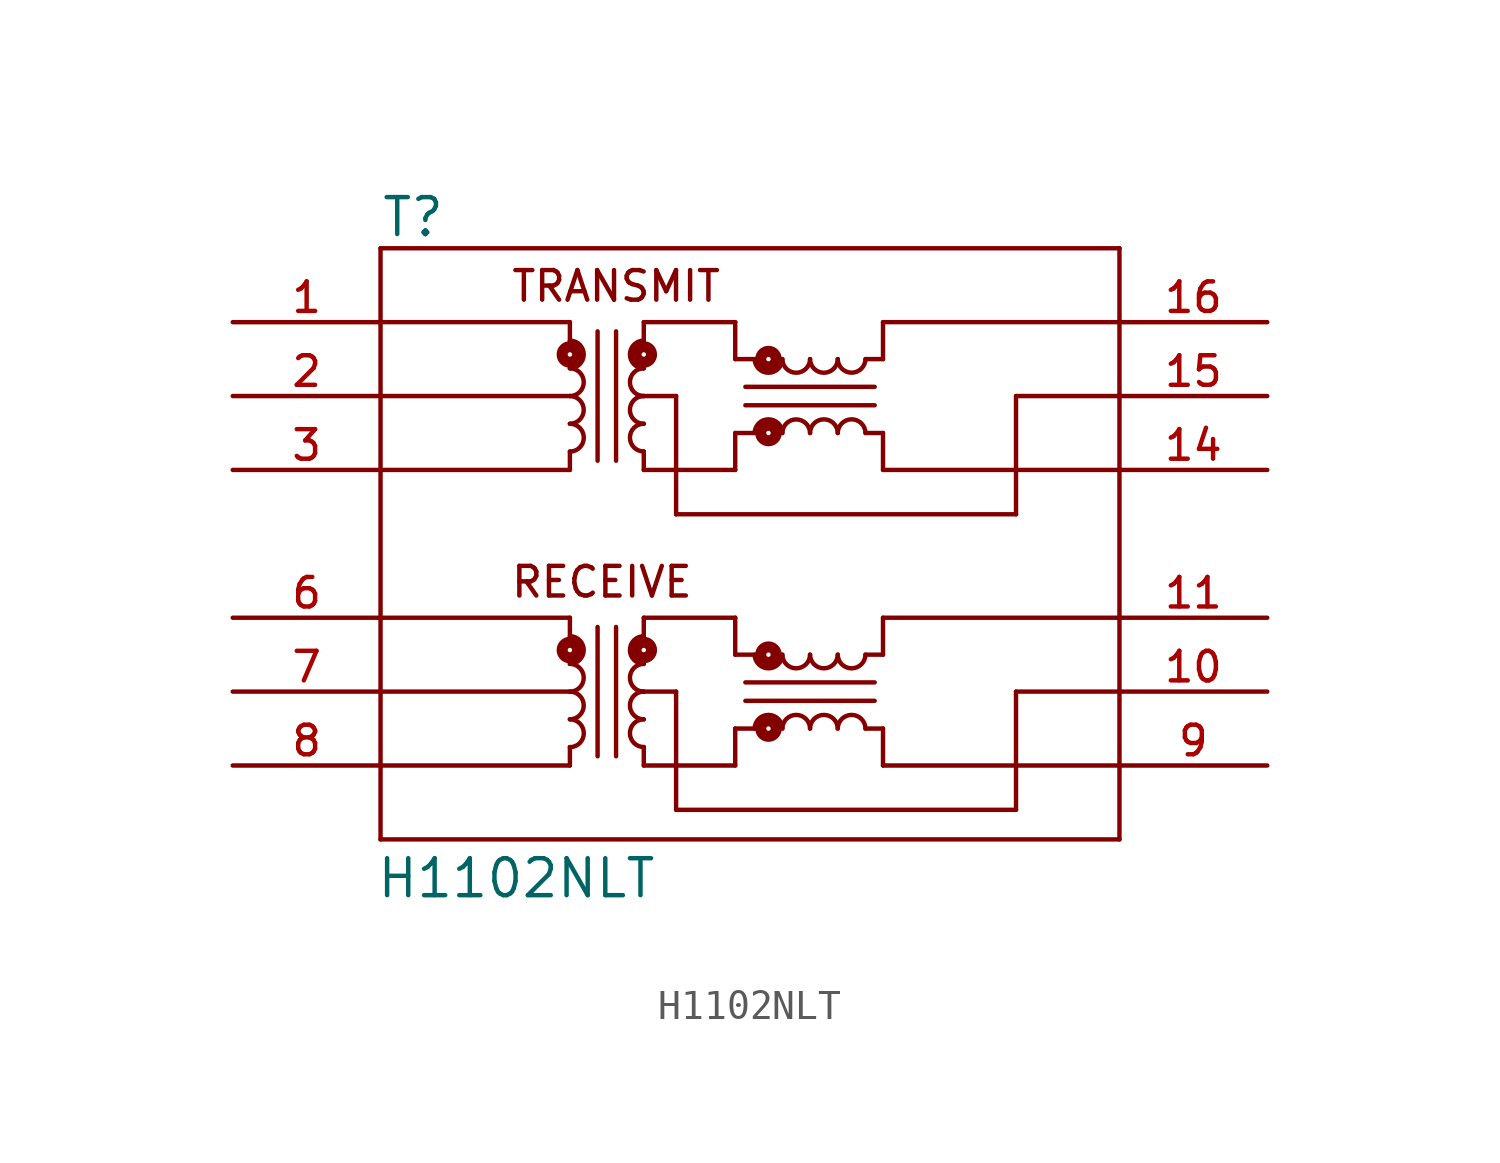
<source format=kicad_sym>
(kicad_symbol_lib
  (version 20241209)
  (generator "kicad_symbol_editor")
  (generator_version "9.0")
  (symbol "H1102NLT"
    (pin_names
      (offset 1.016))
    (property "Reference" "T"
      (at -12.71 10.485 0)
      (effects (font (size 1.27 1.27)) (justify left bottom)))
    (property "Value" "H1102NLT"
      (at -12.876 -12.24 0)
      (effects (font (size 1.27 1.27)) (justify left bottom)))
    (symbol "H1102NLT_0_0"
      (polyline (pts (xy -12.7 10.16) (xy 12.7 10.16)) (stroke (width 0.152) (type default)) (fill (type none)))
      (polyline (pts (xy -12.7 -10.16) (xy -12.7 10.16)) (stroke (width 0.152) (type default)) (fill (type none)))
      (polyline (pts (xy -12.636 7.62) (xy -6.191 7.62)) (stroke (width 0.152) (type default)) (fill (type none)))
      (polyline (pts (xy -12.636 5.08) (xy -6.191 5.08)) (stroke (width 0.152) (type default)) (fill (type none)))
      (polyline (pts (xy -12.636 2.54) (xy -6.191 2.54)) (stroke (width 0.152) (type default)) (fill (type none)))
      (polyline (pts (xy -12.636 -2.54) (xy -6.191 -2.54)) (stroke (width 0.152) (type default)) (fill (type none)))
      (polyline (pts (xy -12.636 -5.08) (xy -6.191 -5.08)) (stroke (width 0.152) (type default)) (fill (type none)))
      (polyline (pts (xy -12.636 -7.62) (xy -6.191 -7.62)) (stroke (width 0.152) (type default)) (fill (type none)))
      (arc (start -6.1913 6.985) (mid -5.717 6.5087) (end -6.1913 6.0325) (stroke (width 0.1524) (type default)) (fill (type none)))
      (arc (start -6.1913 6.0325) (mid -5.717 5.5562) (end -6.1913 5.08) (stroke (width 0.1524) (type default)) (fill (type none)))
      (arc (start -6.1913 5.08) (mid -5.717 4.6037) (end -6.1913 4.1275) (stroke (width 0.1524) (type default)) (fill (type none)))
      (arc (start -6.1913 4.1275) (mid -5.717 3.6512) (end -6.1913 3.175) (stroke (width 0.1524) (type default)) (fill (type none)))
      (arc (start -6.1913 -3.175) (mid -5.7171 -3.6512) (end -6.1913 -4.1275) (stroke (width 0.1524) (type default)) (fill (type none)))
      (arc (start -6.1913 -4.1275) (mid -5.7171 -4.6037) (end -6.1913 -5.08) (stroke (width 0.1524) (type default)) (fill (type none)))
      (arc (start -6.1913 -5.08) (mid -5.7171 -5.5562) (end -6.1913 -6.0325) (stroke (width 0.1524) (type default)) (fill (type none)))
      (arc (start -6.1913 -6.0325) (mid -5.7171 -6.5087) (end -6.1913 -6.985) (stroke (width 0.1524) (type default)) (fill (type none)))
      (polyline (pts (xy -6.191 7.62) (xy -6.191 6.985)) (stroke (width 0.152) (type default)) (fill (type none)))
      (circle (center -6.191 6.509) (radius 0.076) (stroke (width 0.381) (type default)) (fill (type none)))
      (polyline (pts (xy -6.191 2.54) (xy -6.191 3.175)) (stroke (width 0.152) (type default)) (fill (type none)))
      (polyline (pts (xy -6.191 -2.54) (xy -6.191 -3.175)) (stroke (width 0.152) (type default)) (fill (type none)))
      (circle (center -6.191 -3.651) (radius 0.076) (stroke (width 0.381) (type default)) (fill (type none)))
      (polyline (pts (xy -6.191 -7.62) (xy -6.191 -6.985)) (stroke (width 0.152) (type default)) (fill (type none)))
      (polyline (pts (xy -5.239 7.303) (xy -5.239 2.857)) (stroke (width 0.152) (type default)) (fill (type none)))
      (polyline (pts (xy -5.239 -2.857) (xy -5.239 -7.303)) (stroke (width 0.152) (type default)) (fill (type none)))
      (polyline (pts (xy -4.604 7.303) (xy -4.604 2.857)) (stroke (width 0.152) (type default)) (fill (type none)))
      (polyline (pts (xy -4.604 -2.857) (xy -4.604 -7.303)) (stroke (width 0.152) (type default)) (fill (type none)))
      (polyline (pts (xy -3.81 5.08) (xy -2.54 5.08)) (stroke (width 0.152) (type default)) (fill (type none)))
      (polyline (pts (xy -3.81 -5.08) (xy -2.54 -5.08)) (stroke (width 0.152) (type default)) (fill (type none)))
      (polyline (pts (xy -3.651 7.62) (xy -3.651 6.985)) (stroke (width 0.152) (type default)) (fill (type none)))
      (circle (center -3.651 6.509) (radius 0.076) (stroke (width 0.381) (type default)) (fill (type none)))
      (polyline (pts (xy -3.651 2.54) (xy -3.651 3.175)) (stroke (width 0.152) (type default)) (fill (type none)))
      (polyline (pts (xy -3.651 -2.54) (xy -3.651 -3.175)) (stroke (width 0.152) (type default)) (fill (type none)))
      (circle (center -3.651 -3.651) (radius 0.076) (stroke (width 0.381) (type default)) (fill (type none)))
      (polyline (pts (xy -3.651 -7.62) (xy -3.651 -6.985)) (stroke (width 0.152) (type default)) (fill (type none)))
      (arc (start -3.6513 6.0325) (mid -4.1254 6.5087) (end -3.6513 6.985) (stroke (width 0.1524) (type default)) (fill (type none)))
      (arc (start -3.6513 5.08) (mid -4.1254 5.5562) (end -3.6513 6.0325) (stroke (width 0.1524) (type default)) (fill (type none)))
      (arc (start -3.6513 4.1275) (mid -4.1254 4.6037) (end -3.6513 5.08) (stroke (width 0.1524) (type default)) (fill (type none)))
      (arc (start -3.6513 3.175) (mid -4.1254 3.6512) (end -3.6513 4.1275) (stroke (width 0.1524) (type default)) (fill (type none)))
      (arc (start -3.6513 -4.1275) (mid -4.1255 -3.6512) (end -3.6513 -3.175) (stroke (width 0.1524) (type default)) (fill (type none)))
      (arc (start -3.6513 -5.08) (mid -4.1255 -4.6037) (end -3.6513 -4.1275) (stroke (width 0.1524) (type default)) (fill (type none)))
      (arc (start -3.6513 -6.0325) (mid -4.1255 -5.5562) (end -3.6513 -5.08) (stroke (width 0.1524) (type default)) (fill (type none)))
      (arc (start -3.6513 -6.985) (mid -4.1255 -6.5087) (end -3.6513 -6.0325) (stroke (width 0.1524) (type default)) (fill (type none)))
      (polyline (pts (xy -2.54 5.08) (xy -2.54 1.016)) (stroke (width 0.152) (type default)) (fill (type none)))
      (polyline (pts (xy -2.54 1.016) (xy 9.144 1.016)) (stroke (width 0.152) (type default)) (fill (type none)))
      (polyline (pts (xy -2.54 -5.08) (xy -2.54 -9.144)) (stroke (width 0.152) (type default)) (fill (type none)))
      (polyline (pts (xy -2.54 -9.144) (xy 9.144 -9.144)) (stroke (width 0.152) (type default)) (fill (type none)))
      (polyline (pts (xy -0.508 7.62) (xy -3.651 7.62)) (stroke (width 0.152) (type default)) (fill (type none)))
      (polyline (pts (xy -0.508 6.35) (xy -0.508 7.62)) (stroke (width 0.152) (type default)) (fill (type none)))
      (polyline (pts (xy -0.508 3.81) (xy -0.508 2.54)) (stroke (width 0.152) (type default)) (fill (type none)))
      (polyline (pts (xy -0.508 3.81) (xy 0.159 3.81)) (stroke (width 0.152) (type default)) (fill (type none)))
      (polyline (pts (xy -0.508 2.54) (xy -3.651 2.54)) (stroke (width 0.152) (type default)) (fill (type none)))
      (polyline (pts (xy -0.508 -2.54) (xy -3.651 -2.54)) (stroke (width 0.152) (type default)) (fill (type none)))
      (polyline (pts (xy -0.508 -3.81) (xy -0.508 -2.54)) (stroke (width 0.152) (type default)) (fill (type none)))
      (polyline (pts (xy -0.508 -6.35) (xy -0.508 -7.62)) (stroke (width 0.152) (type default)) (fill (type none)))
      (polyline (pts (xy -0.508 -6.35) (xy 0.159 -6.35)) (stroke (width 0.152) (type default)) (fill (type none)))
      (polyline (pts (xy -0.508 -7.62) (xy -3.651 -7.62)) (stroke (width 0.152) (type default)) (fill (type none)))
      (polyline (pts (xy -0.159 5.397) (xy 4.286 5.397)) (stroke (width 0.152) (type default)) (fill (type none)))
      (polyline (pts (xy -0.159 4.763) (xy 4.286 4.763)) (stroke (width 0.152) (type default)) (fill (type none)))
      (polyline (pts (xy -0.159 -4.763) (xy 4.286 -4.763)) (stroke (width 0.152) (type default)) (fill (type none)))
      (polyline (pts (xy -0.159 -5.397) (xy 4.286 -5.397)) (stroke (width 0.152) (type default)) (fill (type none)))
      (polyline (pts (xy 0.159 6.35) (xy -0.508 6.35)) (stroke (width 0.152) (type default)) (fill (type none)))
      (polyline (pts (xy 0.159 -3.81) (xy -0.508 -3.81)) (stroke (width 0.152) (type default)) (fill (type none)))
      (arc (start 1.1113 6.35) (mid 0.635 5.8757) (end 0.1588 6.35) (stroke (width 0.1524) (type default)) (fill (type none)))
      (circle (center 0.635 6.35) (radius 0.076) (stroke (width 0.381) (type default)) (fill (type none)))
      (circle (center 0.635 3.81) (radius 0.076) (stroke (width 0.381) (type default)) (fill (type none)))
      (arc (start 0.1588 3.81) (mid 0.635 4.2841) (end 1.1113 3.81) (stroke (width 0.1524) (type default)) (fill (type none)))
      (arc (start 1.1113 -3.81) (mid 0.635 -4.2842) (end 0.1588 -3.81) (stroke (width 0.1524) (type default)) (fill (type none)))
      (circle (center 0.635 -3.81) (radius 0.076) (stroke (width 0.381) (type default)) (fill (type none)))
      (circle (center 0.635 -6.35) (radius 0.076) (stroke (width 0.381) (type default)) (fill (type none)))
      (arc (start 0.1588 -6.35) (mid 0.635 -5.8758) (end 1.1113 -6.35) (stroke (width 0.1524) (type default)) (fill (type none)))
      (arc (start 2.0638 6.35) (mid 1.5875 5.8757) (end 1.1113 6.35) (stroke (width 0.1524) (type default)) (fill (type none)))
      (arc (start 1.1113 3.81) (mid 1.5875 4.2841) (end 2.0638 3.81) (stroke (width 0.1524) (type default)) (fill (type none)))
      (arc (start 2.0638 -3.81) (mid 1.5875 -4.2842) (end 1.1113 -3.81) (stroke (width 0.1524) (type default)) (fill (type none)))
      (arc (start 1.1113 -6.35) (mid 1.5875 -5.8758) (end 2.0638 -6.35) (stroke (width 0.1524) (type default)) (fill (type none)))
      (arc (start 3.0163 6.35) (mid 2.54 5.8757) (end 2.0638 6.35) (stroke (width 0.1524) (type default)) (fill (type none)))
      (arc (start 2.0638 3.81) (mid 2.54 4.2841) (end 3.0163 3.81) (stroke (width 0.1524) (type default)) (fill (type none)))
      (arc (start 3.0163 -3.81) (mid 2.54 -4.2842) (end 2.0638 -3.81) (stroke (width 0.1524) (type default)) (fill (type none)))
      (arc (start 2.0638 -6.35) (mid 2.54 -5.8758) (end 3.0163 -6.35) (stroke (width 0.1524) (type default)) (fill (type none)))
      (arc (start 3.9688 6.35) (mid 3.4925 5.8757) (end 3.0163 6.35) (stroke (width 0.1524) (type default)) (fill (type none)))
      (arc (start 3.0163 3.81) (mid 3.4925 4.2841) (end 3.9688 3.81) (stroke (width 0.1524) (type default)) (fill (type none)))
      (arc (start 3.9688 -3.81) (mid 3.4925 -4.2842) (end 3.0163 -3.81) (stroke (width 0.1524) (type default)) (fill (type none)))
      (arc (start 3.0163 -6.35) (mid 3.4925 -5.8758) (end 3.9688 -6.35) (stroke (width 0.1524) (type default)) (fill (type none)))
      (polyline (pts (xy 4.572 6.35) (xy 3.969 6.35)) (stroke (width 0.152) (type default)) (fill (type none)))
      (polyline (pts (xy 4.572 6.35) (xy 4.572 7.62)) (stroke (width 0.152) (type default)) (fill (type none)))
      (polyline (pts (xy 4.572 3.81) (xy 3.969 3.81)) (stroke (width 0.152) (type default)) (fill (type none)))
      (polyline (pts (xy 4.572 2.54) (xy 4.572 3.81)) (stroke (width 0.152) (type default)) (fill (type none)))
      (polyline (pts (xy 4.572 -3.81) (xy 3.969 -3.81)) (stroke (width 0.152) (type default)) (fill (type none)))
      (polyline (pts (xy 4.572 -3.81) (xy 4.572 -2.54)) (stroke (width 0.152) (type default)) (fill (type none)))
      (polyline (pts (xy 4.572 -6.35) (xy 3.969 -6.35)) (stroke (width 0.152) (type default)) (fill (type none)))
      (polyline (pts (xy 4.572 -7.62) (xy 4.572 -6.35)) (stroke (width 0.152) (type default)) (fill (type none)))
      (polyline (pts (xy 9.144 5.08) (xy 12.7 5.08)) (stroke (width 0.152) (type default)) (fill (type none)))
      (polyline (pts (xy 9.144 1.016) (xy 9.144 5.08)) (stroke (width 0.152) (type default)) (fill (type none)))
      (polyline (pts (xy 9.144 -5.08) (xy 12.7 -5.08)) (stroke (width 0.152) (type default)) (fill (type none)))
      (polyline (pts (xy 9.144 -9.144) (xy 9.144 -5.08)) (stroke (width 0.152) (type default)) (fill (type none)))
      (polyline (pts (xy 12.7 10.16) (xy 12.7 7.62)) (stroke (width 0.152) (type default)) (fill (type none)))
      (polyline (pts (xy 12.7 7.62) (xy 4.572 7.62)) (stroke (width 0.152) (type default)) (fill (type none)))
      (polyline (pts (xy 12.7 7.62) (xy 12.7 5.08)) (stroke (width 0.152) (type default)) (fill (type none)))
      (polyline (pts (xy 12.7 5.08) (xy 12.7 2.54)) (stroke (width 0.152) (type default)) (fill (type none)))
      (polyline (pts (xy 12.7 2.54) (xy 4.572 2.54)) (stroke (width 0.152) (type default)) (fill (type none)))
      (polyline (pts (xy 12.7 2.54) (xy 12.7 -2.54)) (stroke (width 0.152) (type default)) (fill (type none)))
      (polyline (pts (xy 12.7 -2.54) (xy 4.572 -2.54)) (stroke (width 0.152) (type default)) (fill (type none)))
      (polyline (pts (xy 12.7 -2.54) (xy 12.7 -5.08)) (stroke (width 0.152) (type default)) (fill (type none)))
      (polyline (pts (xy 12.7 -5.08) (xy 12.7 -7.62)) (stroke (width 0.152) (type default)) (fill (type none)))
      (polyline (pts (xy 12.7 -7.62) (xy 4.572 -7.62)) (stroke (width 0.152) (type default)) (fill (type none)))
      (polyline (pts (xy 12.7 -7.62) (xy 12.7 -10.16)) (stroke (width 0.152) (type default)) (fill (type none)))
      (polyline (pts (xy 12.7 -10.16) (xy -12.7 -10.16)) (stroke (width 0.152) (type default)) (fill (type none)))
      (text "RECEIVE" (at -8.27 -1.908 0) (effects (font (size 1.018 1.018)) (justify left bottom)))
      (text "TRANSMIT" (at -8.261 8.261 0) (effects (font (size 1.017 1.017)) (justify left bottom)))
      (pin passive line (at -17.78 7.62 0) (length 5.08) (name "~" (effects (font (size 1.016 1.016)))) (number "1" (effects (font (size 1.016 1.016)))))
      (pin passive line (at -17.78 5.08 0) (length 5.08) (name "~" (effects (font (size 1.016 1.016)))) (number "2" (effects (font (size 1.016 1.016)))))
      (pin passive line (at -17.78 2.54 0) (length 5.08) (name "~" (effects (font (size 1.016 1.016)))) (number "3" (effects (font (size 1.016 1.016)))))
      (pin passive line (at -17.78 -2.54 0) (length 5.08) (name "~" (effects (font (size 1.016 1.016)))) (number "6" (effects (font (size 1.016 1.016)))))
      (pin passive line (at -17.78 -5.08 0) (length 5.08) (name "~" (effects (font (size 1.016 1.016)))) (number "7" (effects (font (size 1.016 1.016)))))
      (pin passive line (at -17.78 -7.62 0) (length 5.08) (name "~" (effects (font (size 1.016 1.016)))) (number "8" (effects (font (size 1.016 1.016)))))
      (pin passive line (at 17.78 7.62 180) (length 5.08) (name "~" (effects (font (size 1.016 1.016)))) (number "16" (effects (font (size 1.016 1.016)))))
      (pin passive line (at 17.78 5.08 180) (length 5.08) (name "~" (effects (font (size 1.016 1.016)))) (number "15" (effects (font (size 1.016 1.016)))))
      (pin passive line (at 17.78 2.54 180) (length 5.08) (name "~" (effects (font (size 1.016 1.016)))) (number "14" (effects (font (size 1.016 1.016)))))
      (pin passive line (at 17.78 -2.54 180) (length 5.08) (name "~" (effects (font (size 1.016 1.016)))) (number "11" (effects (font (size 1.016 1.016)))))
      (pin passive line (at 17.78 -5.08 180) (length 5.08) (name "~" (effects (font (size 1.016 1.016)))) (number "10" (effects (font (size 1.016 1.016)))))
      (pin passive line (at 17.78 -7.62 180) (length 5.08) (name "~" (effects (font (size 1.016 1.016)))) (number "9" (effects (font (size 1.016 1.016))))))))
</source>
